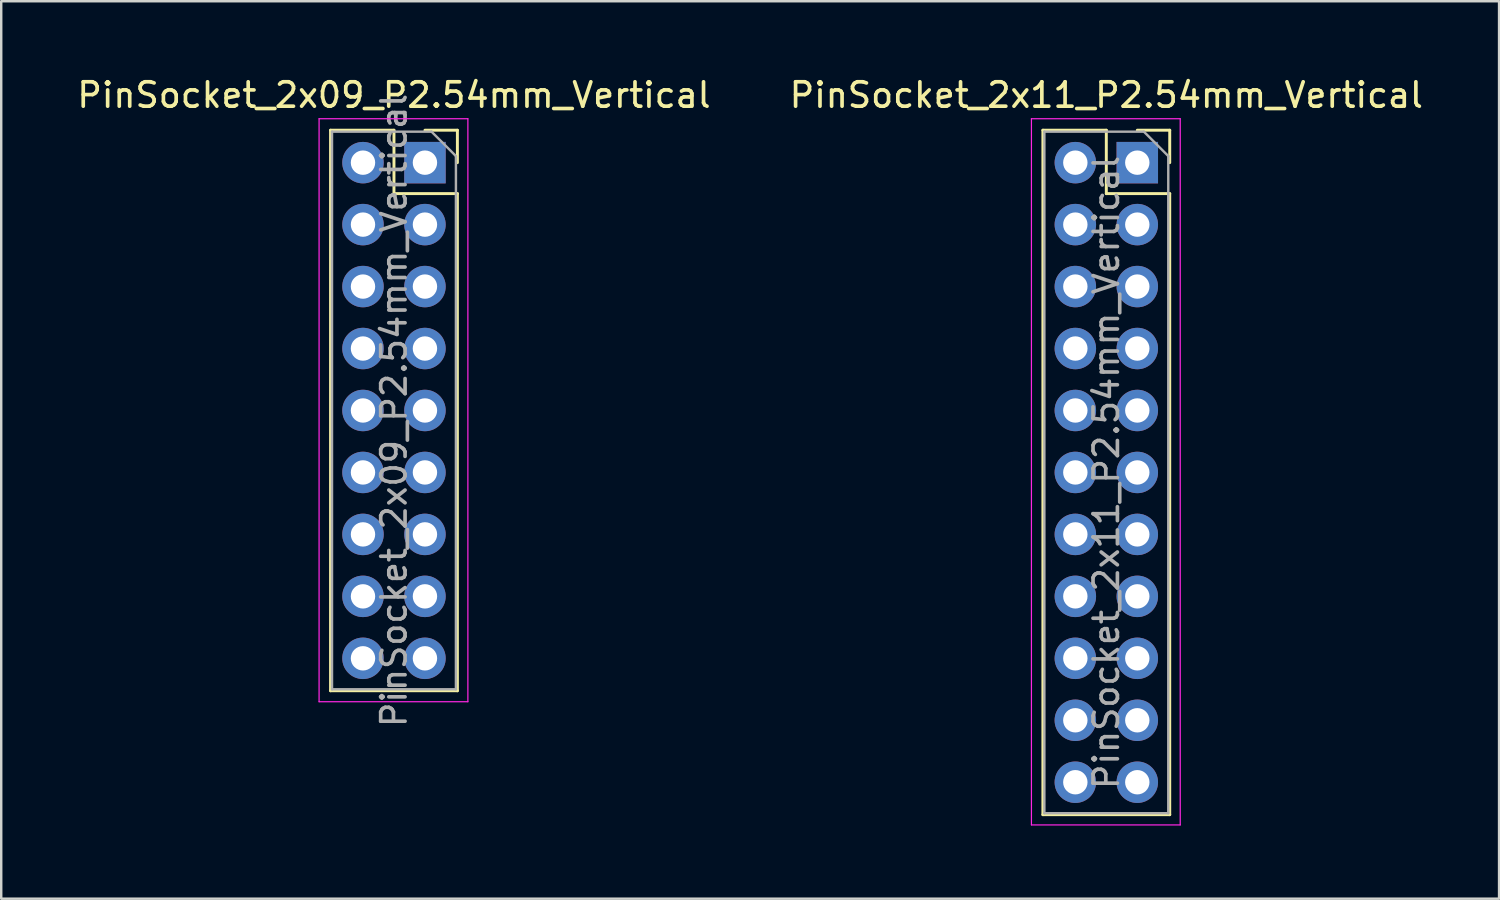
<source format=kicad_pcb>
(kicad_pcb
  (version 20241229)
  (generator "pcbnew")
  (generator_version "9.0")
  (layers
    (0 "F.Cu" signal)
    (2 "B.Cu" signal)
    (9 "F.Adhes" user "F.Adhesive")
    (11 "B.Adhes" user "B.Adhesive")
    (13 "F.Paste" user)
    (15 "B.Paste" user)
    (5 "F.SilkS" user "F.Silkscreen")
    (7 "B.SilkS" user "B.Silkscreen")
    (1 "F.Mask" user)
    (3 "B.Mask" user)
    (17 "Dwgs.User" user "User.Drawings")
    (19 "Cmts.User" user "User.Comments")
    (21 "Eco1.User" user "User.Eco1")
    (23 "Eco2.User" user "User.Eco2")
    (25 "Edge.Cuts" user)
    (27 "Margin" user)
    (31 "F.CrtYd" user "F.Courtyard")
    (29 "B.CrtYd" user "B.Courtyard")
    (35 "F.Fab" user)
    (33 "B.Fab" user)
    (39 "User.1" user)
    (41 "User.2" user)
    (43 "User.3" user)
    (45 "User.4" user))
  (footprint "PinSocket_2x11_P2.54mm_Vertical"
    (layer "F.Cu")
    (at 43.574 3.618)
    (property "Reference" "PinSocket_2x11_P2.54mm_Vertical" (at -1.27 -2.77 0) (layer "F.SilkS") (effects (font (size 1 1) (thickness 0.15))))
    (attr through_hole)
    (fp_line (start -3.87 -1.33) (end -3.87 26.73) (stroke (width 0.12) (type solid)) (layer "F.SilkS"))
    (fp_line (start -3.87 -1.33) (end -1.27 -1.33) (stroke (width 0.12) (type solid)) (layer "F.SilkS"))
    (fp_line (start -3.87 26.73) (end 1.33 26.73) (stroke (width 0.12) (type solid)) (layer "F.SilkS"))
    (fp_line (start -1.27 -1.33) (end -1.27 1.27) (stroke (width 0.12) (type solid)) (layer "F.SilkS"))
    (fp_line (start -1.27 1.27) (end 1.33 1.27) (stroke (width 0.12) (type solid)) (layer "F.SilkS"))
    (fp_line (start 0 -1.33) (end 1.33 -1.33) (stroke (width 0.12) (type solid)) (layer "F.SilkS"))
    (fp_line (start 1.33 -1.33) (end 1.33 0) (stroke (width 0.12) (type solid)) (layer "F.SilkS"))
    (fp_line (start 1.33 1.27) (end 1.33 26.73) (stroke (width 0.12) (type solid)) (layer "F.SilkS"))
    (fp_line (start -4.34 -1.8) (end 1.76 -1.8) (stroke (width 0.05) (type solid)) (layer "F.CrtYd"))
    (fp_line (start -4.34 27.15) (end -4.34 -1.8) (stroke (width 0.05) (type solid)) (layer "F.CrtYd"))
    (fp_line (start 1.76 -1.8) (end 1.76 27.15) (stroke (width 0.05) (type solid)) (layer "F.CrtYd"))
    (fp_line (start 1.76 27.15) (end -4.34 27.15) (stroke (width 0.05) (type solid)) (layer "F.CrtYd"))
    (fp_line (start -3.81 -1.27) (end 0.27 -1.27) (stroke (width 0.1) (type solid)) (layer "F.Fab"))
    (fp_line (start -3.81 26.67) (end -3.81 -1.27) (stroke (width 0.1) (type solid)) (layer "F.Fab"))
    (fp_line (start 0.27 -1.27) (end 1.27 -0.27) (stroke (width 0.1) (type solid)) (layer "F.Fab"))
    (fp_line (start 1.27 -0.27) (end 1.27 26.67) (stroke (width 0.1) (type solid)) (layer "F.Fab"))
    (fp_line (start 1.27 26.67) (end -3.81 26.67) (stroke (width 0.1) (type solid)) (layer "F.Fab"))
    (fp_text user "${REFERENCE}" (at -1.27 12.7 90) (layer "F.Fab") (effects (font (size 1 1) (thickness 0.15))))
    (pad "1" thru_hole rect (at 0 0) (size 1.7 1.7) (drill 1) (layers "*.Cu" "*.Mask"))
    (pad "2" thru_hole oval (at -2.54 0) (size 1.7 1.7) (drill 1) (layers "*.Cu" "*.Mask"))
    (pad "3" thru_hole oval (at 0 2.54) (size 1.7 1.7) (drill 1) (layers "*.Cu" "*.Mask"))
    (pad "4" thru_hole oval (at -2.54 2.54) (size 1.7 1.7) (drill 1) (layers "*.Cu" "*.Mask"))
    (pad "5" thru_hole oval (at 0 5.08) (size 1.7 1.7) (drill 1) (layers "*.Cu" "*.Mask"))
    (pad "6" thru_hole oval (at -2.54 5.08) (size 1.7 1.7) (drill 1) (layers "*.Cu" "*.Mask"))
    (pad "7" thru_hole oval (at 0 7.62) (size 1.7 1.7) (drill 1) (layers "*.Cu" "*.Mask"))
    (pad "8" thru_hole oval (at -2.54 7.62) (size 1.7 1.7) (drill 1) (layers "*.Cu" "*.Mask"))
    (pad "9" thru_hole oval (at 0 10.16) (size 1.7 1.7) (drill 1) (layers "*.Cu" "*.Mask"))
    (pad "10" thru_hole oval (at -2.54 10.16) (size 1.7 1.7) (drill 1) (layers "*.Cu" "*.Mask"))
    (pad "11" thru_hole oval (at 0 12.7) (size 1.7 1.7) (drill 1) (layers "*.Cu" "*.Mask"))
    (pad "12" thru_hole oval (at -2.54 12.7) (size 1.7 1.7) (drill 1) (layers "*.Cu" "*.Mask"))
    (pad "13" thru_hole oval (at 0 15.24) (size 1.7 1.7) (drill 1) (layers "*.Cu" "*.Mask"))
    (pad "14" thru_hole oval (at -2.54 15.24) (size 1.7 1.7) (drill 1) (layers "*.Cu" "*.Mask"))
    (pad "15" thru_hole oval (at 0 17.78) (size 1.7 1.7) (drill 1) (layers "*.Cu" "*.Mask"))
    (pad "16" thru_hole oval (at -2.54 17.78) (size 1.7 1.7) (drill 1) (layers "*.Cu" "*.Mask"))
    (pad "17" thru_hole oval (at 0 20.32) (size 1.7 1.7) (drill 1) (layers "*.Cu" "*.Mask"))
    (pad "18" thru_hole oval (at -2.54 20.32) (size 1.7 1.7) (drill 1) (layers "*.Cu" "*.Mask"))
    (pad "19" thru_hole oval (at 0 22.86) (size 1.7 1.7) (drill 1) (layers "*.Cu" "*.Mask"))
    (pad "20" thru_hole oval (at -2.54 22.86) (size 1.7 1.7) (drill 1) (layers "*.Cu" "*.Mask"))
    (pad "21" thru_hole oval (at 0 25.4) (size 1.7 1.7) (drill 1) (layers "*.Cu" "*.Mask"))
    (pad "22" thru_hole oval (at -2.54 25.4) (size 1.7 1.7) (drill 1) (layers "*.Cu" "*.Mask")))
  (footprint "PinSocket_2x09_P2.54mm_Vertical"
    (layer "F.Cu")
    (at 14.371 3.618)
    (property "Reference" "PinSocket_2x09_P2.54mm_Vertical" (at -1.27 -2.77 0) (layer "F.SilkS") (effects (font (size 1 1) (thickness 0.15))))
    (attr through_hole)
    (fp_line (start -3.87 -1.33) (end -3.87 21.65) (stroke (width 0.12) (type solid)) (layer "F.SilkS"))
    (fp_line (start -3.87 -1.33) (end -1.27 -1.33) (stroke (width 0.12) (type solid)) (layer "F.SilkS"))
    (fp_line (start -3.87 21.65) (end 1.33 21.65) (stroke (width 0.12) (type solid)) (layer "F.SilkS"))
    (fp_line (start -1.27 -1.33) (end -1.27 1.27) (stroke (width 0.12) (type solid)) (layer "F.SilkS"))
    (fp_line (start -1.27 1.27) (end 1.33 1.27) (stroke (width 0.12) (type solid)) (layer "F.SilkS"))
    (fp_line (start 0 -1.33) (end 1.33 -1.33) (stroke (width 0.12) (type solid)) (layer "F.SilkS"))
    (fp_line (start 1.33 -1.33) (end 1.33 0) (stroke (width 0.12) (type solid)) (layer "F.SilkS"))
    (fp_line (start 1.33 1.27) (end 1.33 21.65) (stroke (width 0.12) (type solid)) (layer "F.SilkS"))
    (fp_line (start -4.34 -1.8) (end 1.76 -1.8) (stroke (width 0.05) (type solid)) (layer "F.CrtYd"))
    (fp_line (start -4.34 22.1) (end -4.34 -1.8) (stroke (width 0.05) (type solid)) (layer "F.CrtYd"))
    (fp_line (start 1.76 -1.8) (end 1.76 22.1) (stroke (width 0.05) (type solid)) (layer "F.CrtYd"))
    (fp_line (start 1.76 22.1) (end -4.34 22.1) (stroke (width 0.05) (type solid)) (layer "F.CrtYd"))
    (fp_line (start -3.81 -1.27) (end 0.27 -1.27) (stroke (width 0.1) (type solid)) (layer "F.Fab"))
    (fp_line (start -3.81 21.59) (end -3.81 -1.27) (stroke (width 0.1) (type solid)) (layer "F.Fab"))
    (fp_line (start 0.27 -1.27) (end 1.27 -0.27) (stroke (width 0.1) (type solid)) (layer "F.Fab"))
    (fp_line (start 1.27 -0.27) (end 1.27 21.59) (stroke (width 0.1) (type solid)) (layer "F.Fab"))
    (fp_line (start 1.27 21.59) (end -3.81 21.59) (stroke (width 0.1) (type solid)) (layer "F.Fab"))
    (fp_text user "${REFERENCE}" (at -1.27 10.16 90) (layer "F.Fab") (effects (font (size 1 1) (thickness 0.15))))
    (pad "1" thru_hole rect (at 0 0) (size 1.7 1.7) (drill 1) (layers "*.Cu" "*.Mask"))
    (pad "2" thru_hole oval (at -2.54 0) (size 1.7 1.7) (drill 1) (layers "*.Cu" "*.Mask"))
    (pad "3" thru_hole oval (at 0 2.54) (size 1.7 1.7) (drill 1) (layers "*.Cu" "*.Mask"))
    (pad "4" thru_hole oval (at -2.54 2.54) (size 1.7 1.7) (drill 1) (layers "*.Cu" "*.Mask"))
    (pad "5" thru_hole oval (at 0 5.08) (size 1.7 1.7) (drill 1) (layers "*.Cu" "*.Mask"))
    (pad "6" thru_hole oval (at -2.54 5.08) (size 1.7 1.7) (drill 1) (layers "*.Cu" "*.Mask"))
    (pad "7" thru_hole oval (at 0 7.62) (size 1.7 1.7) (drill 1) (layers "*.Cu" "*.Mask"))
    (pad "8" thru_hole oval (at -2.54 7.62) (size 1.7 1.7) (drill 1) (layers "*.Cu" "*.Mask"))
    (pad "9" thru_hole oval (at 0 10.16) (size 1.7 1.7) (drill 1) (layers "*.Cu" "*.Mask"))
    (pad "10" thru_hole oval (at -2.54 10.16) (size 1.7 1.7) (drill 1) (layers "*.Cu" "*.Mask"))
    (pad "11" thru_hole oval (at 0 12.7) (size 1.7 1.7) (drill 1) (layers "*.Cu" "*.Mask"))
    (pad "12" thru_hole oval (at -2.54 12.7) (size 1.7 1.7) (drill 1) (layers "*.Cu" "*.Mask"))
    (pad "13" thru_hole oval (at 0 15.24) (size 1.7 1.7) (drill 1) (layers "*.Cu" "*.Mask"))
    (pad "14" thru_hole oval (at -2.54 15.24) (size 1.7 1.7) (drill 1) (layers "*.Cu" "*.Mask"))
    (pad "15" thru_hole oval (at 0 17.78) (size 1.7 1.7) (drill 1) (layers "*.Cu" "*.Mask"))
    (pad "16" thru_hole oval (at -2.54 17.78) (size 1.7 1.7) (drill 1) (layers "*.Cu" "*.Mask"))
    (pad "17" thru_hole oval (at 0 20.32) (size 1.7 1.7) (drill 1) (layers "*.Cu" "*.Mask"))
    (pad "18" thru_hole oval (at -2.54 20.32) (size 1.7 1.7) (drill 1) (layers "*.Cu" "*.Mask")))
  (gr_rect
    (start -3 -3)
    (end 58.405 33.793)
    (stroke (width 0.1) (type default))
    (fill no)
    (layer "Edge.Cuts")))
</source>
